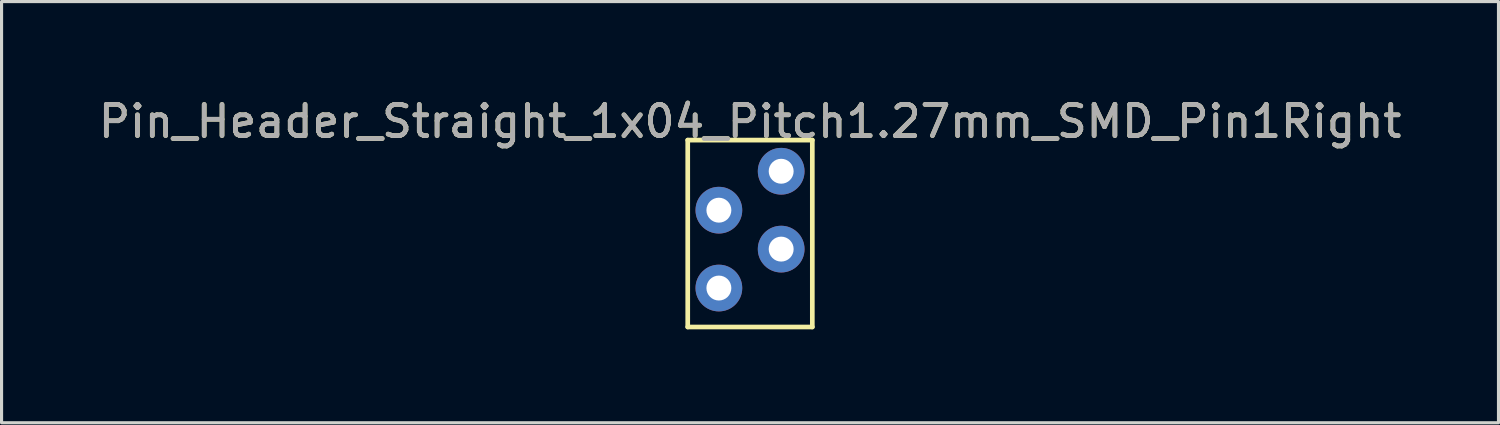
<source format=kicad_pcb>
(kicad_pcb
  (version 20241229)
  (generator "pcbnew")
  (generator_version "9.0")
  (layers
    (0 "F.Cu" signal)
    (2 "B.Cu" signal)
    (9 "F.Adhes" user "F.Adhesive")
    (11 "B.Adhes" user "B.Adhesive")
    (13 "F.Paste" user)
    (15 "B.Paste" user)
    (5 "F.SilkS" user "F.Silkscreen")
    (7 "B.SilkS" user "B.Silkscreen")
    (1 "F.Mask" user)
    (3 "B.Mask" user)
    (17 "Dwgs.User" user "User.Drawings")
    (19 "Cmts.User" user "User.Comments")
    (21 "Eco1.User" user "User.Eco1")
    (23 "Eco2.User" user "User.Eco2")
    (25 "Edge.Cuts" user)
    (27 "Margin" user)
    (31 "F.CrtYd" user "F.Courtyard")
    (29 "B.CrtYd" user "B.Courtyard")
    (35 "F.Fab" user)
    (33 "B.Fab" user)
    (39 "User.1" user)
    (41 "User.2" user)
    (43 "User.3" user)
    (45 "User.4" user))
  (footprint "Pin_Header_Straight_1x04_Pitch1.27mm_SMD_Pin1Right"
    (layer "F.Cu")
    (at 21.03 4.448)
    (property "Reference" "Pin_Header_Straight_1x04_Pitch1.27mm_SMD_Pin1Right" (at 0 -3.6 0) (layer "F.SilkS") (effects (font (size 1 1) (thickness 0.15))))
    (attr smd)
    (fp_line (start -2 -3) (end -2 3) (stroke (width 0.15) (type solid)) (layer "F.SilkS"))
    (fp_line (start -2 3) (end 2 3) (stroke (width 0.15) (type solid)) (layer "F.SilkS"))
    (fp_line (start 2 -3) (end -2 -3) (stroke (width 0.15) (type solid)) (layer "F.SilkS"))
    (fp_line (start 2 3) (end 2 -3) (stroke (width 0.15) (type solid)) (layer "F.SilkS"))
    (fp_text user "${REFERENCE}" (at 0 -3.6 0) (layer "F.Fab") (effects (font (size 1 1) (thickness 0.15))))
    (pad "1" thru_hole circle (at 1 -2) (size 1.5 1.5) (drill 0.8) (layers "*.Cu" "*.Mask"))
    (pad "2" thru_hole circle (at -1 -0.75) (size 1.5 1.5) (drill 0.8) (layers "*.Cu" "*.Mask"))
    (pad "3" thru_hole circle (at 1 0.5) (size 1.5 1.5) (drill 0.8) (layers "*.Cu" "*.Mask"))
    (pad "4" thru_hole circle (at -1 1.75) (size 1.5 1.5) (drill 0.8) (layers "*.Cu" "*.Mask")))
  (gr_rect
    (start -3 -3)
    (end 45.06 10.523)
    (stroke (width 0.1) (type default))
    (fill no)
    (layer "Edge.Cuts")))
</source>
